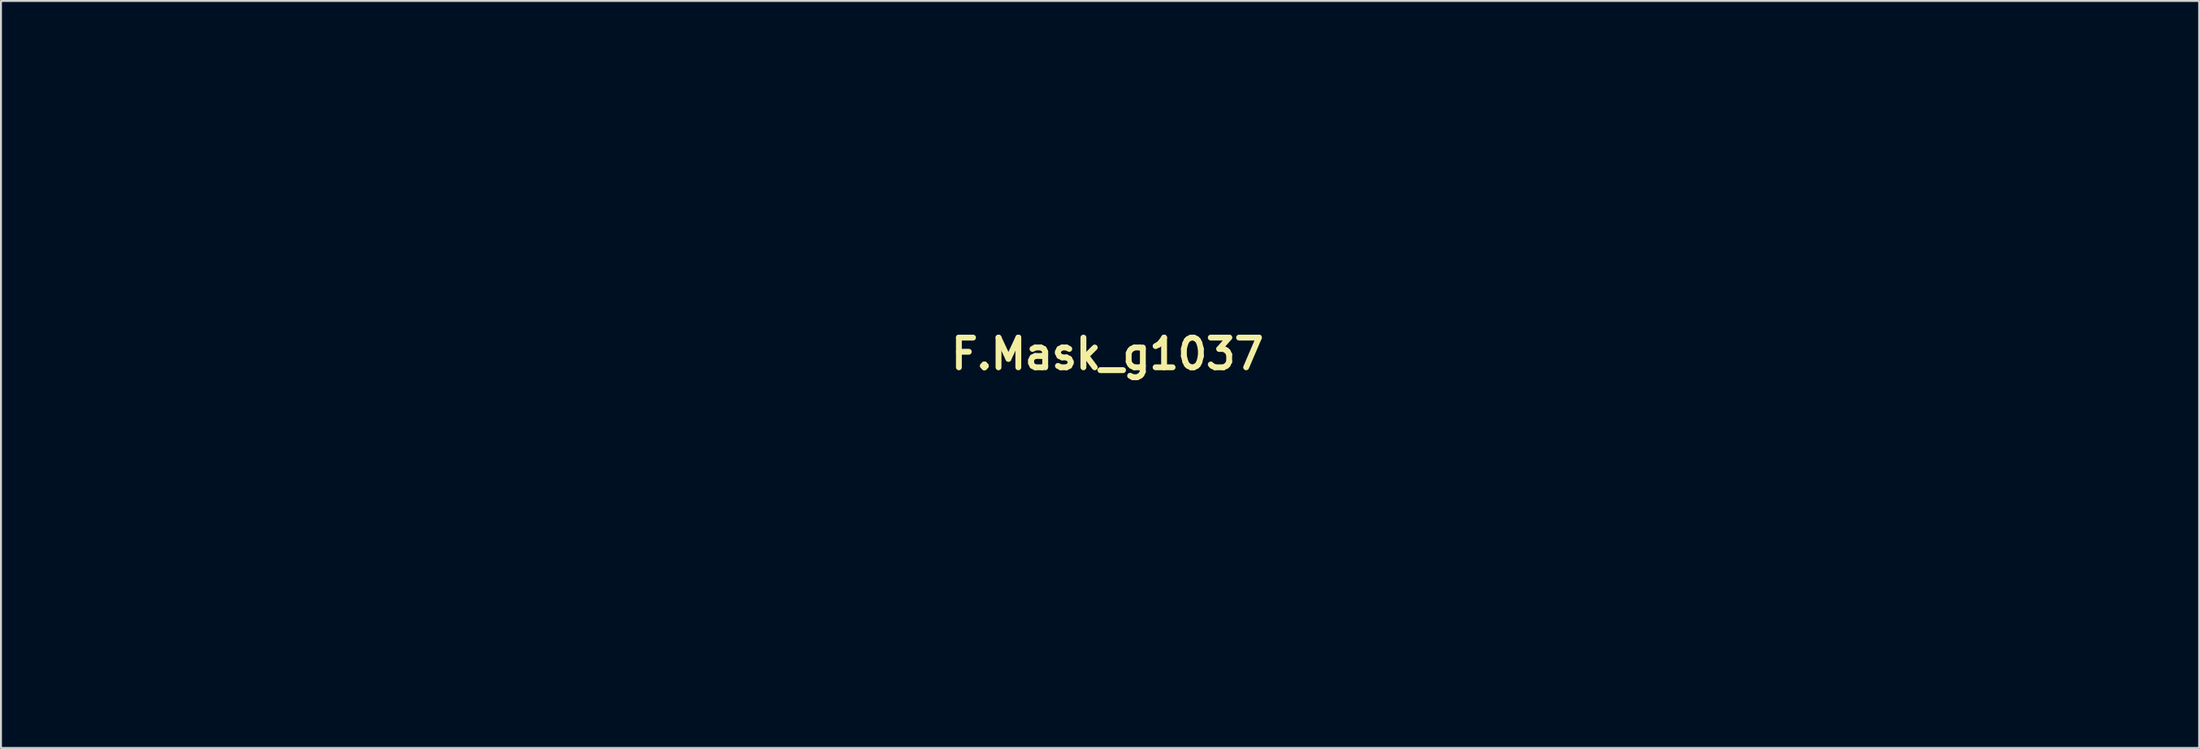
<source format=kicad_pcb>
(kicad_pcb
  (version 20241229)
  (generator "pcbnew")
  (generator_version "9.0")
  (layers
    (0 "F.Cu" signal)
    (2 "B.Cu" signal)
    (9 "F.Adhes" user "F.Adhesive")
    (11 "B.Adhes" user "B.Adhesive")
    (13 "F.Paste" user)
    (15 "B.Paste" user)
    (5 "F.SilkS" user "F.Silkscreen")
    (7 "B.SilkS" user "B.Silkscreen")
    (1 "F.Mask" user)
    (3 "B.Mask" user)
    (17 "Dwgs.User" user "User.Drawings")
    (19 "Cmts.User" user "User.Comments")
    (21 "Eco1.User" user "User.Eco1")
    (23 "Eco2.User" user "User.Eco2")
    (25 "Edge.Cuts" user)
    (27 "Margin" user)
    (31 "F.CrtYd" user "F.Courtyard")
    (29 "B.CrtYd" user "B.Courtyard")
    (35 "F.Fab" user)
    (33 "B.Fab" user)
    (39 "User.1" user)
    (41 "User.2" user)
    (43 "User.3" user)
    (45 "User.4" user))
  (footprint "F.Mask_g1037"
    (layer "F.Cu")
    (at 53.747 15.099)
    (property "Reference" "F.Mask_g1037" (at 0 0 0) (layer "F.SilkS") (effects (font (size 1.524 1.524) (thickness 0.3))))
    (attr through_hole)
    (fp_poly (pts (xy -1.521 2.818) (xy -1.476 2.831) (xy -1.442 2.863) (xy -1.406 2.922) (xy -1.389 2.953) (xy -1.347 3.068) (xy -1.332 3.192) (xy -1.347 3.309) (xy -1.356 3.338) (xy -1.406 3.423) (xy -1.488 3.506) (xy -1.591 3.582) (xy -1.706 3.645) (xy -1.824 3.691) (xy -1.937 3.715) (xy -2.034 3.712) (xy -2.054 3.706) (xy -2.131 3.675) (xy -2.185 3.634) (xy -2.232 3.57) (xy -2.254 3.531) (xy -2.288 3.455) (xy -2.309 3.378) (xy -2.321 3.282) (xy -2.323 3.244) (xy -2.326 3.133) (xy -2.319 3.063) (xy -2.309 3.039) (xy -2.265 3.006) (xy -2.188 2.969) (xy -2.088 2.93) (xy -1.974 2.893) (xy -1.856 2.86) (xy -1.742 2.835) (xy -1.642 2.819) (xy -1.587 2.816) (xy -1.521 2.818)) (stroke (width 0.01) (type solid)) (fill yes) (layer "F.Mask"))
    (fp_poly (pts (xy 1.822 -0.703) (xy 1.889 -0.686) (xy 1.972 -0.665) (xy 2.05 -0.648) (xy 2.095 -0.64) (xy 2.173 -0.611) (xy 2.238 -0.555) (xy 2.278 -0.483) (xy 2.286 -0.435) (xy 2.278 -0.371) (xy 2.255 -0.286) (xy 2.222 -0.187) (xy 2.18 -0.081) (xy 2.135 0.023) (xy 2.089 0.119) (xy 2.045 0.197) (xy 2.006 0.252) (xy 1.977 0.275) (xy 1.975 0.275) (xy 1.934 0.292) (xy 1.91 0.318) (xy 1.867 0.35) (xy 1.804 0.359) (xy 1.735 0.345) (xy 1.691 0.321) (xy 1.635 0.287) (xy 1.587 0.269) (xy 1.541 0.247) (xy 1.482 0.206) (xy 1.453 0.181) (xy 1.406 0.135) (xy 1.383 0.098) (xy 1.378 0.051) (xy 1.382 -0.005) (xy 1.396 -0.1) (xy 1.424 -0.214) (xy 1.46 -0.336) (xy 1.5 -0.453) (xy 1.542 -0.552) (xy 1.581 -0.621) (xy 1.627 -0.677) (xy 1.676 -0.707) (xy 1.737 -0.716) (xy 1.822 -0.703)) (stroke (width 0.01) (type solid)) (fill yes) (layer "F.Mask"))
    (fp_poly (pts (xy -1.853 0.788) (xy -1.707 0.818) (xy -1.549 0.869) (xy -1.456 0.908) (xy -1.354 0.967) (xy -1.267 1.04) (xy -1.202 1.119) (xy -1.168 1.197) (xy -1.164 1.228) (xy -1.173 1.283) (xy -1.196 1.354) (xy -1.228 1.426) (xy -1.261 1.488) (xy -1.292 1.526) (xy -1.3 1.531) (xy -1.329 1.558) (xy -1.333 1.575) (xy -1.349 1.608) (xy -1.386 1.647) (xy -1.389 1.649) (xy -1.436 1.678) (xy -1.487 1.692) (xy -1.55 1.689) (xy -1.629 1.669) (xy -1.73 1.63) (xy -1.859 1.571) (xy -1.937 1.533) (xy -2.081 1.46) (xy -2.189 1.399) (xy -2.265 1.348) (xy -2.31 1.304) (xy -2.328 1.262) (xy -2.323 1.219) (xy -2.297 1.173) (xy -2.286 1.158) (xy -2.256 1.112) (xy -2.244 1.077) (xy -2.244 1.076) (xy -2.232 1.028) (xy -2.202 0.964) (xy -2.162 0.896) (xy -2.12 0.839) (xy -2.084 0.805) (xy -2.079 0.802) (xy -1.979 0.783) (xy -1.853 0.788)) (stroke (width 0.01) (type solid)) (fill yes) (layer "F.Mask"))
    (fp_poly (pts (xy 1.755 4.323) (xy 1.798 4.342) (xy 1.846 4.384) (xy 1.875 4.414) (xy 1.936 4.49) (xy 1.995 4.579) (xy 2.024 4.631) (xy 2.051 4.691) (xy 2.069 4.748) (xy 2.081 4.812) (xy 2.088 4.897) (xy 2.091 4.986) (xy 2.099 5.221) (xy 1.937 5.303) (xy 1.83 5.349) (xy 1.724 5.381) (xy 1.626 5.397) (xy 1.546 5.397) (xy 1.493 5.379) (xy 1.487 5.374) (xy 1.464 5.336) (xy 1.46 5.319) (xy 1.453 5.291) (xy 1.431 5.231) (xy 1.399 5.147) (xy 1.358 5.046) (xy 1.332 4.982) (xy 1.283 4.866) (xy 1.25 4.782) (xy 1.229 4.721) (xy 1.222 4.676) (xy 1.226 4.638) (xy 1.241 4.6) (xy 1.265 4.553) (xy 1.28 4.526) (xy 1.314 4.494) (xy 1.339 4.487) (xy 1.37 4.47) (xy 1.376 4.45) (xy 1.395 4.421) (xy 1.445 4.39) (xy 1.514 4.359) (xy 1.593 4.335) (xy 1.669 4.32) (xy 1.703 4.318) (xy 1.755 4.323)) (stroke (width 0.01) (type solid)) (fill yes) (layer "F.Mask"))
    (fp_poly (pts (xy 3.46 0.892) (xy 3.495 0.905) (xy 3.509 0.911) (xy 3.587 0.957) (xy 3.648 1.018) (xy 3.699 1.105) (xy 3.735 1.192) (xy 3.774 1.323) (xy 3.787 1.437) (xy 3.772 1.527) (xy 3.771 1.529) (xy 3.746 1.553) (xy 3.69 1.589) (xy 3.611 1.634) (xy 3.517 1.683) (xy 3.415 1.733) (xy 3.313 1.779) (xy 3.221 1.819) (xy 3.144 1.848) (xy 3.092 1.862) (xy 3.083 1.863) (xy 3.017 1.851) (xy 2.953 1.823) (xy 2.856 1.745) (xy 2.799 1.653) (xy 2.785 1.603) (xy 2.767 1.547) (xy 2.742 1.524) (xy 2.74 1.524) (xy 2.718 1.506) (xy 2.708 1.461) (xy 2.708 1.401) (xy 2.72 1.341) (xy 2.741 1.293) (xy 2.752 1.281) (xy 2.783 1.243) (xy 2.794 1.217) (xy 2.809 1.192) (xy 2.85 1.15) (xy 2.907 1.101) (xy 2.911 1.099) (xy 2.999 1.037) (xy 3.101 0.987) (xy 3.229 0.94) (xy 3.321 0.911) (xy 3.384 0.894) (xy 3.426 0.888) (xy 3.46 0.892)) (stroke (width 0.01) (type solid)) (fill yes) (layer "F.Mask"))
    (fp_poly (pts (xy -0.216 4.269) (xy -0.201 4.276) (xy -0.139 4.302) (xy -0.084 4.317) (xy -0.072 4.318) (xy -0.039 4.329) (xy -0.009 4.367) (xy 0.019 4.424) (xy 0.049 4.494) (xy 0.067 4.551) (xy 0.074 4.603) (xy 0.067 4.658) (xy 0.045 4.725) (xy 0.007 4.81) (xy -0.048 4.924) (xy -0.062 4.954) (xy -0.127 5.082) (xy -0.183 5.183) (xy -0.227 5.251) (xy -0.258 5.285) (xy -0.26 5.286) (xy -0.313 5.304) (xy -0.382 5.312) (xy -0.456 5.312) (xy -0.519 5.304) (xy -0.558 5.287) (xy -0.565 5.279) (xy -0.591 5.25) (xy -0.641 5.217) (xy -0.665 5.205) (xy -0.765 5.155) (xy -0.832 5.109) (xy -0.874 5.06) (xy -0.898 5.003) (xy -0.899 4.998) (xy -0.897 4.947) (xy -0.872 4.919) (xy -0.846 4.885) (xy -0.814 4.817) (xy -0.778 4.724) (xy -0.764 4.68) (xy -0.722 4.559) (xy -0.683 4.469) (xy -0.639 4.401) (xy -0.586 4.344) (xy -0.523 4.295) (xy -0.425 4.245) (xy -0.324 4.236) (xy -0.216 4.269)) (stroke (width 0.01) (type solid)) (fill yes) (layer "F.Mask"))
    (fp_poly (pts (xy 8.35 4.856) (xy 8.468 4.881) (xy 8.554 4.904) (xy 8.641 4.923) (xy 8.678 4.929) (xy 8.749 4.947) (xy 8.789 4.978) (xy 8.796 4.99) (xy 8.83 5.045) (xy 8.855 5.077) (xy 8.868 5.095) (xy 8.877 5.122) (xy 8.883 5.164) (xy 8.886 5.227) (xy 8.887 5.316) (xy 8.886 5.439) (xy 8.885 5.526) (xy 8.879 5.936) (xy 8.752 6.015) (xy 8.625 6.093) (xy 8.382 6.092) (xy 8.181 6.084) (xy 8.019 6.06) (xy 7.99 6.053) (xy 7.905 6.033) (xy 7.826 6.019) (xy 7.772 6.013) (xy 7.693 6) (xy 7.616 5.961) (xy 7.532 5.892) (xy 7.497 5.858) (xy 7.444 5.799) (xy 7.414 5.746) (xy 7.395 5.681) (xy 7.387 5.628) (xy 7.379 5.508) (xy 7.384 5.385) (xy 7.403 5.272) (xy 7.433 5.184) (xy 7.441 5.168) (xy 7.51 5.092) (xy 7.61 5.042) (xy 7.673 5.026) (xy 7.745 5.006) (xy 7.826 4.976) (xy 7.853 4.963) (xy 8.029 4.89) (xy 8.193 4.855) (xy 8.35 4.856)) (stroke (width 0.01) (type solid)) (fill yes) (layer "F.Mask"))
    (fp_poly (pts (xy -0.169 -0.706) (xy -0.123 -0.677) (xy -0.112 -0.655) (xy -0.083 -0.62) (xy -0.054 -0.614) (xy -0.011 -0.6) (xy 0.037 -0.565) (xy 0.074 -0.524) (xy 0.085 -0.496) (xy 0.092 -0.469) (xy 0.113 -0.413) (xy 0.143 -0.335) (xy 0.169 -0.27) (xy 0.214 -0.157) (xy 0.24 -0.074) (xy 0.25 -0.014) (xy 0.244 0.033) (xy 0.224 0.074) (xy 0.212 0.09) (xy 0.182 0.133) (xy 0.169 0.162) (xy 0.169 0.162) (xy 0.166 0.174) (xy 0.15 0.188) (xy 0.117 0.208) (xy 0.058 0.238) (xy -0.032 0.282) (xy -0.034 0.283) (xy -0.159 0.329) (xy -0.286 0.354) (xy -0.287 0.354) (xy -0.416 0.365) (xy -0.483 0.274) (xy -0.521 0.218) (xy -0.545 0.173) (xy -0.55 0.157) (xy -0.558 0.128) (xy -0.578 0.069) (xy -0.607 -0.013) (xy -0.643 -0.109) (xy -0.647 -0.118) (xy -0.691 -0.239) (xy -0.719 -0.328) (xy -0.731 -0.39) (xy -0.729 -0.427) (xy -0.692 -0.502) (xy -0.614 -0.572) (xy -0.497 -0.637) (xy -0.344 -0.695) (xy -0.316 -0.704) (xy -0.237 -0.716) (xy -0.169 -0.706)) (stroke (width 0.01) (type solid)) (fill yes) (layer "F.Mask"))
    (fp_poly (pts (xy 3.075 2.935) (xy 3.129 2.97) (xy 3.16 2.987) (xy 3.222 3.015) (xy 3.304 3.05) (xy 3.384 3.082) (xy 3.482 3.12) (xy 3.549 3.149) (xy 3.592 3.175) (xy 3.62 3.202) (xy 3.642 3.236) (xy 3.651 3.255) (xy 3.687 3.313) (xy 3.722 3.342) (xy 3.731 3.344) (xy 3.76 3.362) (xy 3.766 3.416) (xy 3.751 3.504) (xy 3.724 3.594) (xy 3.663 3.719) (xy 3.579 3.811) (xy 3.472 3.867) (xy 3.456 3.872) (xy 3.391 3.889) (xy 3.348 3.891) (xy 3.311 3.878) (xy 3.27 3.852) (xy 3.207 3.823) (xy 3.142 3.81) (xy 3.141 3.81) (xy 3.078 3.797) (xy 3.017 3.764) (xy 3.014 3.762) (xy 2.927 3.709) (xy 2.816 3.663) (xy 2.762 3.647) (xy 2.718 3.619) (xy 2.674 3.563) (xy 2.639 3.496) (xy 2.625 3.433) (xy 2.625 3.429) (xy 2.641 3.369) (xy 2.688 3.291) (xy 2.709 3.262) (xy 2.753 3.201) (xy 2.784 3.149) (xy 2.794 3.121) (xy 2.809 3.055) (xy 2.847 2.987) (xy 2.896 2.936) (xy 2.919 2.922) (xy 2.994 2.912) (xy 3.075 2.935)) (stroke (width 0.01) (type solid)) (fill yes) (layer "F.Mask"))
    (fp_poly (pts (xy 0.89 0.452) (xy 0.979 0.464) (xy 1.265 0.54) (xy 1.54 0.656) (xy 1.549 0.66) (xy 1.695 0.741) (xy 1.819 0.823) (xy 1.937 0.917) (xy 2.063 1.035) (xy 2.071 1.042) (xy 2.261 1.257) (xy 2.411 1.486) (xy 2.522 1.727) (xy 2.593 1.979) (xy 2.623 2.24) (xy 2.612 2.509) (xy 2.584 2.678) (xy 2.507 2.947) (xy 2.395 3.197) (xy 2.25 3.424) (xy 2.075 3.626) (xy 1.873 3.799) (xy 1.647 3.942) (xy 1.399 4.051) (xy 1.163 4.117) (xy 1.059 4.132) (xy 0.927 4.142) (xy 0.777 4.146) (xy 0.623 4.146) (xy 0.476 4.139) (xy 0.35 4.128) (xy 0.275 4.116) (xy 0.007 4.039) (xy -0.237 3.928) (xy -0.455 3.786) (xy -0.645 3.612) (xy -0.806 3.409) (xy -0.922 3.207) (xy -1.002 3.019) (xy -1.055 2.836) (xy -1.086 2.638) (xy -1.092 2.572) (xy -1.096 2.449) (xy -1.091 2.303) (xy -1.08 2.147) (xy -1.064 1.996) (xy -1.043 1.864) (xy -1.027 1.79) (xy -0.935 1.524) (xy -0.81 1.28) (xy -0.652 1.061) (xy -0.465 0.87) (xy -0.251 0.709) (xy -0.012 0.581) (xy 0.18 0.508) (xy 0.295 0.481) (xy 0.437 0.461) (xy 0.593 0.449) (xy 0.749 0.446) (xy 0.89 0.452)) (stroke (width 0.01) (type solid)) (fill yes) (layer "F.Mask"))
    (fp_poly (pts (xy -5.856 -6.538) (xy -5.683 -6.535) (xy -5.537 -6.527) (xy -5.416 -6.515) (xy -5.315 -6.496) (xy -5.228 -6.47) (xy -5.152 -6.435) (xy -5.081 -6.391) (xy -5.011 -6.336) (xy -4.938 -6.269) (xy -4.859 -6.19) (xy -4.746 -6.072) (xy -4.663 -5.97) (xy -4.603 -5.875) (xy -4.562 -5.778) (xy -4.533 -5.67) (xy -4.53 -5.652) (xy -4.525 -5.607) (xy -4.521 -5.522) (xy -4.518 -5.401) (xy -4.515 -5.246) (xy -4.512 -5.061) (xy -4.51 -4.848) (xy -4.509 -4.61) (xy -4.509 -4.35) (xy -4.508 -4.296) (xy -4.508 -3.052) (xy -4.661 -2.9) (xy -5.902 -2.902) (xy -6.186 -2.902) (xy -6.429 -2.903) (xy -6.636 -2.905) (xy -6.809 -2.907) (xy -6.951 -2.91) (xy -7.064 -2.914) (xy -7.152 -2.918) (xy -7.217 -2.923) (xy -7.262 -2.929) (xy -7.271 -2.931) (xy -7.46 -2.992) (xy -7.638 -3.088) (xy -7.796 -3.213) (xy -7.927 -3.361) (xy -8.012 -3.501) (xy -8.047 -3.575) (xy -8.076 -3.646) (xy -8.099 -3.719) (xy -8.117 -3.797) (xy -8.13 -3.888) (xy -8.139 -3.995) (xy -8.144 -4.125) (xy -8.147 -4.281) (xy -8.147 -4.469) (xy -8.145 -4.689) (xy -8.139 -5.409) (xy -8.069 -5.551) (xy -7.978 -5.694) (xy -7.865 -5.803) (xy -7.732 -5.875) (xy -7.728 -5.877) (xy -7.629 -5.923) (xy -7.564 -5.977) (xy -7.536 -6.034) (xy -7.535 -6.044) (xy -7.523 -6.088) (xy -7.489 -6.153) (xy -7.442 -6.23) (xy -7.388 -6.306) (xy -7.333 -6.372) (xy -7.309 -6.397) (xy -7.273 -6.429) (xy -7.237 -6.456) (xy -7.197 -6.478) (xy -7.148 -6.494) (xy -7.085 -6.507) (xy -7.005 -6.517) (xy -6.902 -6.524) (xy -6.772 -6.529) (xy -6.611 -6.532) (xy -6.414 -6.535) (xy -6.308 -6.536) (xy -6.063 -6.538) (xy -5.856 -6.538)) (stroke (width 0.01) (type solid)) (fill yes) (layer "F.Mask"))
    (fp_poly (pts (xy 0.746 -6.537) (xy 0.777 -6.537) (xy 1.513 -6.53) (xy 1.656 -6.449) (xy 1.773 -6.373) (xy 1.853 -6.299) (xy 1.9 -6.221) (xy 1.915 -6.164) (xy 1.931 -6.076) (xy 1.952 -6.017) (xy 1.987 -5.976) (xy 2.044 -5.939) (xy 2.096 -5.914) (xy 2.27 -5.808) (xy 2.415 -5.672) (xy 2.53 -5.509) (xy 2.546 -5.479) (xy 2.625 -5.323) (xy 2.625 -4.601) (xy 2.625 -4.404) (xy 2.624 -4.246) (xy 2.623 -4.119) (xy 2.62 -4.019) (xy 2.617 -3.941) (xy 2.612 -3.88) (xy 2.605 -3.831) (xy 2.596 -3.788) (xy 2.584 -3.747) (xy 2.58 -3.733) (xy 2.499 -3.537) (xy 2.383 -3.359) (xy 2.238 -3.203) (xy 2.069 -3.075) (xy 1.882 -2.98) (xy 1.731 -2.932) (xy 1.695 -2.925) (xy 1.649 -2.919) (xy 1.589 -2.914) (xy 1.512 -2.91) (xy 1.414 -2.907) (xy 1.292 -2.905) (xy 1.143 -2.903) (xy 0.963 -2.902) (xy 0.749 -2.902) (xy 0.498 -2.901) (xy 0.37 -2.901) (xy 0.119 -2.902) (xy -0.112 -2.903) (xy -0.319 -2.905) (xy -0.499 -2.907) (xy -0.65 -2.91) (xy -0.768 -2.913) (xy -0.85 -2.917) (xy -0.894 -2.921) (xy -0.9 -2.923) (xy -0.986 -2.968) (xy -1.041 -3.011) (xy -1.071 -3.058) (xy -1.083 -3.103) (xy -1.087 -3.146) (xy -1.09 -3.226) (xy -1.093 -3.339) (xy -1.095 -3.479) (xy -1.097 -3.642) (xy -1.098 -3.823) (xy -1.099 -4.016) (xy -1.099 -4.217) (xy -1.099 -4.42) (xy -1.098 -4.622) (xy -1.097 -4.816) (xy -1.095 -4.998) (xy -1.093 -5.163) (xy -1.09 -5.307) (xy -1.087 -5.423) (xy -1.084 -5.507) (xy -1.08 -5.555) (xy -1.08 -5.556) (xy -1.035 -5.718) (xy -0.955 -5.884) (xy -0.847 -6.044) (xy -0.716 -6.191) (xy -0.57 -6.318) (xy -0.413 -6.416) (xy -0.409 -6.418) (xy -0.343 -6.449) (xy -0.279 -6.475) (xy -0.212 -6.495) (xy -0.138 -6.511) (xy -0.05 -6.523) (xy 0.055 -6.531) (xy 0.182 -6.536) (xy 0.336 -6.539) (xy 0.523 -6.539) (xy 0.746 -6.537)) (stroke (width 0.01) (type solid)) (fill yes) (layer "F.Mask"))
    (fp_poly (pts (xy -6.208 0.533) (xy -5.935 0.534) (xy -5.876 0.534) (xy -5.611 0.535) (xy -5.385 0.536) (xy -5.195 0.538) (xy -5.038 0.539) (xy -4.91 0.541) (xy -4.808 0.543) (xy -4.729 0.546) (xy -4.67 0.55) (xy -4.626 0.554) (xy -4.596 0.559) (xy -4.576 0.566) (xy -4.562 0.573) (xy -4.553 0.58) (xy -4.544 0.589) (xy -4.536 0.6) (xy -4.529 0.617) (xy -4.524 0.642) (xy -4.519 0.679) (xy -4.516 0.732) (xy -4.513 0.803) (xy -4.511 0.896) (xy -4.51 1.014) (xy -4.509 1.16) (xy -4.509 1.338) (xy -4.509 1.551) (xy -4.509 1.802) (xy -4.509 1.871) (xy -4.509 2.151) (xy -4.51 2.392) (xy -4.511 2.597) (xy -4.513 2.772) (xy -4.516 2.918) (xy -4.521 3.039) (xy -4.527 3.14) (xy -4.536 3.223) (xy -4.546 3.292) (xy -4.559 3.352) (xy -4.575 3.404) (xy -4.594 3.454) (xy -4.616 3.504) (xy -4.633 3.54) (xy -4.743 3.723) (xy -4.882 3.88) (xy -5.045 4.006) (xy -5.191 4.082) (xy -5.323 4.138) (xy -6.212 4.143) (xy -6.431 4.145) (xy -6.611 4.145) (xy -6.757 4.145) (xy -6.873 4.144) (xy -6.964 4.143) (xy -7.033 4.14) (xy -7.085 4.135) (xy -7.123 4.13) (xy -7.153 4.122) (xy -7.177 4.114) (xy -7.19 4.108) (xy -7.262 4.06) (xy -7.342 3.981) (xy -7.423 3.882) (xy -7.496 3.77) (xy -7.526 3.715) (xy -7.569 3.634) (xy -7.605 3.58) (xy -7.646 3.543) (xy -7.7 3.511) (xy -7.748 3.489) (xy -7.89 3.408) (xy -7.998 3.306) (xy -8.08 3.179) (xy -8.08 3.179) (xy -8.139 3.059) (xy -8.145 2.248) (xy -8.146 2.033) (xy -8.147 1.856) (xy -8.146 1.712) (xy -8.145 1.598) (xy -8.142 1.507) (xy -8.137 1.436) (xy -8.132 1.38) (xy -8.124 1.335) (xy -8.118 1.306) (xy -8.05 1.126) (xy -7.945 0.963) (xy -7.805 0.819) (xy -7.631 0.698) (xy -7.583 0.671) (xy -7.529 0.643) (xy -7.479 0.619) (xy -7.43 0.598) (xy -7.379 0.581) (xy -7.321 0.567) (xy -7.253 0.556) (xy -7.172 0.547) (xy -7.074 0.541) (xy -6.956 0.536) (xy -6.814 0.534) (xy -6.644 0.532) (xy -6.443 0.532) (xy -6.208 0.533)) (stroke (width 0.01) (type solid)) (fill yes) (layer "F.Mask"))
    (fp_poly (pts (xy 3.554 -8.681) (xy 3.674 -8.645) (xy 3.81 -8.594) (xy 3.94 -8.537) (xy 3.966 -8.524) (xy 4.064 -8.473) (xy 4.143 -8.425) (xy 4.215 -8.371) (xy 4.292 -8.303) (xy 4.383 -8.214) (xy 4.537 -8.044) (xy 4.656 -7.873) (xy 4.746 -7.693) (xy 4.794 -7.556) (xy 4.824 -7.467) (xy 4.86 -7.372) (xy 4.876 -7.334) (xy 4.921 -7.228) (xy 4.921 5.175) (xy 4.873 5.34) (xy 4.78 5.59) (xy 4.653 5.82) (xy 4.496 6.029) (xy 4.312 6.212) (xy 4.105 6.366) (xy 3.879 6.487) (xy 3.637 6.572) (xy 3.552 6.592) (xy 3.532 6.595) (xy 3.508 6.598) (xy 3.476 6.601) (xy 3.435 6.604) (xy 3.384 6.606) (xy 3.322 6.608) (xy 3.247 6.61) (xy 3.158 6.612) (xy 3.052 6.614) (xy 2.93 6.616) (xy 2.788 6.617) (xy 2.627 6.618) (xy 2.444 6.619) (xy 2.237 6.62) (xy 2.006 6.621) (xy 1.75 6.622) (xy 1.465 6.622) (xy 1.152 6.623) (xy 0.809 6.623) (xy 0.433 6.623) (xy 0.025 6.623) (xy -0.419 6.623) (xy -0.898 6.623) (xy -1.415 6.623) (xy -1.971 6.623) (xy -2.568 6.623) (xy -2.735 6.623) (xy -3.242 6.623) (xy -3.739 6.622) (xy -4.224 6.622) (xy -4.695 6.621) (xy -5.15 6.62) (xy -5.588 6.62) (xy -6.007 6.619) (xy -6.406 6.618) (xy -6.781 6.617) (xy -7.133 6.616) (xy -7.459 6.614) (xy -7.758 6.613) (xy -8.027 6.612) (xy -8.266 6.611) (xy -8.472 6.609) (xy -8.643 6.608) (xy -8.779 6.606) (xy -8.877 6.605) (xy -8.935 6.603) (xy -8.952 6.602) (xy -9.202 6.532) (xy -9.437 6.424) (xy -9.653 6.282) (xy -9.847 6.108) (xy -10.016 5.905) (xy -10.157 5.676) (xy -10.267 5.424) (xy -10.29 5.354) (xy -10.34 5.196) (xy -10.34 1.753) (xy -9.543 1.753) (xy -9.542 2.003) (xy -9.54 2.28) (xy -9.54 2.325) (xy -9.538 2.585) (xy -9.535 2.806) (xy -9.532 2.993) (xy -9.529 3.15) (xy -9.524 3.28) (xy -9.518 3.388) (xy -9.511 3.478) (xy -9.501 3.553) (xy -9.489 3.618) (xy -9.474 3.676) (xy -9.456 3.732) (xy -9.435 3.79) (xy -9.419 3.833) (xy -9.351 3.954) (xy -9.249 4.073) (xy -9.117 4.183) (xy -8.963 4.279) (xy -8.795 4.355) (xy -8.74 4.375) (xy -8.652 4.406) (xy -8.573 4.438) (xy -8.517 4.466) (xy -8.506 4.473) (xy -8.439 4.545) (xy -8.39 4.646) (xy -8.372 4.722) (xy -8.357 4.775) (xy -8.329 4.853) (xy -8.291 4.94) (xy -8.276 4.973) (xy -8.163 5.16) (xy -8.02 5.317) (xy -7.848 5.444) (xy -7.647 5.541) (xy -7.487 5.59) (xy -7.451 5.599) (xy -7.412 5.605) (xy -7.367 5.611) (xy -7.312 5.616) (xy -7.242 5.619) (xy -7.155 5.622) (xy -7.047 5.624) (xy -6.914 5.625) (xy -6.751 5.625) (xy -6.557 5.625) (xy -6.326 5.624) (xy -6.16 5.623) (xy -4.985 5.618) (xy -4.782 5.563) (xy -4.496 5.47) (xy -4.241 5.355) (xy -4.008 5.214) (xy -3.79 5.041) (xy -3.723 4.98) (xy -3.534 4.777) (xy -3.376 4.56) (xy -3.247 4.322) (xy -3.142 4.057) (xy -3.094 3.896) (xy -3.038 3.694) (xy -3.032 1.463) (xy -3.025 -0.768) (xy -3.072 -0.818) (xy -3.119 -0.868) (xy -2.477 -0.868) (xy -2.476 1.36) (xy -2.476 1.733) (xy -2.476 2.065) (xy -2.476 2.361) (xy -2.475 2.623) (xy -2.474 2.852) (xy -2.472 3.052) (xy -2.47 3.225) (xy -2.466 3.375) (xy -2.462 3.503) (xy -2.457 3.612) (xy -2.451 3.705) (xy -2.444 3.784) (xy -2.435 3.852) (xy -2.425 3.912) (xy -2.413 3.966) (xy -2.399 4.017) (xy -2.384 4.067) (xy -2.367 4.119) (xy -2.359 4.143) (xy -2.27 4.371) (xy -2.162 4.573) (xy -2.029 4.759) (xy -1.863 4.94) (xy -1.822 4.98) (xy -1.612 5.163) (xy -1.404 5.31) (xy -1.191 5.426) (xy -0.966 5.514) (xy -0.921 5.528) (xy -0.85 5.549) (xy -0.783 5.566) (xy -0.717 5.581) (xy -0.648 5.593) (xy -0.571 5.603) (xy -0.483 5.611) (xy -0.379 5.617) (xy -0.254 5.621) (xy -0.106 5.624) (xy 0.07 5.626) (xy 0.279 5.627) (xy 0.524 5.628) (xy 0.646 5.628) (xy 0.902 5.629) (xy 1.118 5.628) (xy 1.3 5.628) (xy 1.45 5.626) (xy 1.572 5.624) (xy 1.669 5.621) (xy 1.746 5.618) (xy 1.806 5.613) (xy 1.852 5.607) (xy 1.888 5.6) (xy 1.895 5.598) (xy 2.102 5.526) (xy 2.283 5.422) (xy 2.434 5.294) (xy 2.555 5.149) (xy 2.663 4.979) (xy 2.748 4.798) (xy 2.781 4.701) (xy 2.818 4.596) (xy 2.857 4.525) (xy 2.895 4.49) (xy 2.908 4.487) (xy 2.945 4.472) (xy 2.962 4.457) (xy 2.994 4.435) (xy 3.054 4.408) (xy 3.129 4.38) (xy 3.129 4.38) (xy 3.341 4.293) (xy 3.53 4.178) (xy 3.694 4.038) (xy 3.829 3.878) (xy 3.929 3.702) (xy 3.993 3.514) (xy 4 3.482) (xy 4.006 3.434) (xy 4.01 3.356) (xy 4.014 3.245) (xy 4.017 3.099) (xy 4.018 2.919) (xy 4.019 2.701) (xy 4.019 2.444) (xy 4.018 2.146) (xy 4.017 2.106) (xy 4.01 0.857) (xy 3.955 0.709) (xy 3.827 0.408) (xy 3.679 0.143) (xy 3.507 -0.089) (xy 3.311 -0.288) (xy 3.089 -0.457) (xy 2.839 -0.596) (xy 2.559 -0.707) (xy 2.247 -0.791) (xy 2 -0.836) (xy 1.959 -0.841) (xy 1.91 -0.846) (xy 1.849 -0.85) (xy 1.775 -0.854) (xy 1.684 -0.857) (xy 1.575 -0.859) (xy 1.445 -0.862) (xy 1.29 -0.863) (xy 1.109 -0.865) (xy 0.899 -0.866) (xy 0.658 -0.867) (xy 0.382 -0.867) (xy 0.07 -0.868) (xy -0.282 -0.868) (xy -0.344 -0.868) (xy -2.477 -0.868) (xy -3.119 -0.868) (xy -5.139 -0.868) (xy -5.491 -0.868) (xy -5.803 -0.868) (xy -6.078 -0.867) (xy -6.321 -0.867) (xy -6.533 -0.865) (xy -6.718 -0.863) (xy -6.879 -0.86) (xy -7.018 -0.856) (xy -7.139 -0.851) (xy -7.246 -0.845) (xy -7.34 -0.837) (xy -7.425 -0.827) (xy -7.503 -0.815) (xy -7.579 -0.802) (xy -7.655 -0.786) (xy -7.733 -0.768) (xy -7.818 -0.747) (xy -7.911 -0.724) (xy -7.925 -0.721) (xy -8.18 -0.649) (xy -8.401 -0.567) (xy -8.595 -0.471) (xy -8.769 -0.358) (xy -8.93 -0.222) (xy -9.009 -0.145) (xy -9.188 0.067) (xy -9.329 0.293) (xy -9.432 0.537) (xy -9.501 0.802) (xy -9.527 0.989) (xy -9.533 1.068) (xy -9.537 1.186) (xy -9.54 1.342) (xy -9.542 1.531) (xy -9.543 1.753) (xy -10.34 1.753) (xy -10.34 -4.54) (xy -9.536 -4.54) (xy -9.536 -4.262) (xy -9.535 -4.022) (xy -9.534 -3.818) (xy -9.532 -3.645) (xy -9.53 -3.5) (xy -9.525 -3.38) (xy -9.519 -3.281) (xy -9.511 -3.199) (xy -9.501 -3.13) (xy -9.488 -3.072) (xy -9.473 -3.02) (xy -9.454 -2.972) (xy -9.433 -2.922) (xy -9.407 -2.869) (xy -9.407 -2.868) (xy -9.334 -2.734) (xy -9.239 -2.584) (xy -9.131 -2.43) (xy -9.019 -2.285) (xy -8.912 -2.16) (xy -8.881 -2.129) (xy -8.666 -1.941) (xy -8.425 -1.785) (xy -8.16 -1.663) (xy -7.876 -1.575) (xy -7.599 -1.527) (xy -7.552 -1.524) (xy -7.468 -1.521) (xy -7.35 -1.518) (xy -7.202 -1.516) (xy -7.027 -1.514) (xy -6.828 -1.512) (xy -6.609 -1.51) (xy -6.374 -1.509) (xy -6.125 -1.508) (xy -5.865 -1.507) (xy -5.6 -1.506) (xy -5.33 -1.506) (xy -5.061 -1.506) (xy -4.796 -1.506) (xy -4.537 -1.506) (xy -4.289 -1.507) (xy -4.054 -1.508) (xy -3.836 -1.509) (xy -3.639 -1.511) (xy -3.465 -1.512) (xy -3.319 -1.514) (xy -3.203 -1.517) (xy -3.121 -1.519) (xy -3.076 -1.522) (xy -3.069 -1.524) (xy -3.064 -1.531) (xy -3.06 -1.546) (xy -3.056 -1.573) (xy -3.052 -1.613) (xy -3.049 -1.668) (xy -3.047 -1.741) (xy -3.044 -1.835) (xy -3.043 -1.951) (xy -3.041 -2.091) (xy -3.04 -2.259) (xy -3.039 -2.455) (xy -3.038 -2.684) (xy -3.038 -2.946) (xy -3.038 -3.244) (xy -3.037 -3.581) (xy -3.037 -3.846) (xy -3.037 -4.034) (xy -2.477 -4.034) (xy -2.477 -1.503) (xy -0.412 -1.503) (xy -0.039 -1.503) (xy 0.305 -1.504) (xy 0.619 -1.505) (xy 0.902 -1.507) (xy 1.153 -1.509) (xy 1.368 -1.511) (xy 1.548 -1.514) (xy 1.69 -1.517) (xy 1.793 -1.521) (xy 1.855 -1.525) (xy 1.858 -1.525) (xy 2.041 -1.549) (xy 2.225 -1.579) (xy 2.403 -1.616) (xy 2.567 -1.656) (xy 2.708 -1.697) (xy 2.818 -1.738) (xy 2.845 -1.751) (xy 3.111 -1.904) (xy 3.348 -2.08) (xy 3.553 -2.278) (xy 3.724 -2.493) (xy 3.857 -2.722) (xy 3.862 -2.732) (xy 3.89 -2.793) (xy 3.915 -2.847) (xy 3.936 -2.898) (xy 3.954 -2.948) (xy 3.969 -3.003) (xy 3.981 -3.065) (xy 3.99 -3.138) (xy 3.998 -3.225) (xy 4.003 -3.33) (xy 4.007 -3.457) (xy 4.01 -3.609) (xy 4.012 -3.79) (xy 4.014 -4.003) (xy 4.015 -4.251) (xy 4.017 -4.486) (xy 4.018 -4.758) (xy 4.019 -4.991) (xy 4.02 -5.189) (xy 4.02 -5.355) (xy 4.019 -5.491) (xy 4.018 -5.603) (xy 4.016 -5.693) (xy 4.013 -5.764) (xy 4.009 -5.82) (xy 4.004 -5.864) (xy 3.999 -5.9) (xy 3.992 -5.931) (xy 3.983 -5.96) (xy 3.981 -5.968) (xy 3.911 -6.141) (xy 3.81 -6.305) (xy 3.686 -6.453) (xy 3.543 -6.581) (xy 3.389 -6.681) (xy 3.23 -6.75) (xy 3.119 -6.775) (xy 2.986 -6.809) (xy 2.888 -6.865) (xy 2.824 -6.945) (xy 2.795 -7.046) (xy 2.794 -7.077) (xy 2.781 -7.148) (xy 2.746 -7.241) (xy 2.693 -7.347) (xy 2.629 -7.456) (xy 2.558 -7.557) (xy 2.501 -7.624) (xy 2.336 -7.776) (xy 2.154 -7.893) (xy 1.991 -7.963) (xy 1.959 -7.974) (xy 1.927 -7.983) (xy 1.891 -7.99) (xy 1.847 -7.996) (xy 1.792 -8.001) (xy 1.722 -8.005) (xy 1.633 -8.008) (xy 1.52 -8.01) (xy 1.381 -8.012) (xy 1.211 -8.014) (xy 1.006 -8.016) (xy 0.763 -8.017) (xy 0.762 -8.017) (xy 0.494 -8.019) (xy 0.249 -8.019) (xy 0.031 -8.018) (xy -0.158 -8.016) (xy -0.315 -8.013) (xy -0.436 -8.009) (xy -0.518 -8.004) (xy -0.532 -8.003) (xy -0.81 -7.952) (xy -1.092 -7.858) (xy -1.376 -7.723) (xy -1.66 -7.549) (xy -1.767 -7.472) (xy -1.85 -7.398) (xy -1.927 -7.313) (xy -1.983 -7.239) (xy -2.059 -7.128) (xy -2.141 -6.993) (xy -2.221 -6.846) (xy -2.293 -6.701) (xy -2.352 -6.569) (xy -2.381 -6.489) (xy -2.396 -6.443) (xy -2.409 -6.401) (xy -2.421 -6.359) (xy -2.431 -6.316) (xy -2.44 -6.267) (xy -2.447 -6.211) (xy -2.454 -6.145) (xy -2.459 -6.067) (xy -2.464 -5.973) (xy -2.467 -5.863) (xy -2.47 -5.731) (xy -2.472 -5.578) (xy -2.474 -5.399) (xy -2.475 -5.192) (xy -2.476 -4.954) (xy -2.476 -4.684) (xy -2.476 -4.378) (xy -2.477 -4.034) (xy -3.037 -4.034) (xy -3.037 -6.149) (xy -3.084 -6.324) (xy -3.179 -6.598) (xy -3.311 -6.861) (xy -3.477 -7.107) (xy -3.672 -7.332) (xy -3.893 -7.532) (xy -4.135 -7.703) (xy -4.394 -7.84) (xy -4.569 -7.908) (xy -4.682 -7.942) (xy -4.805 -7.973) (xy -4.919 -7.995) (xy -4.952 -8) (xy -5.018 -8.005) (xy -5.121 -8.01) (xy -5.255 -8.014) (xy -5.414 -8.017) (xy -5.593 -8.019) (xy -5.787 -8.021) (xy -5.99 -8.021) (xy -6.196 -8.021) (xy -6.399 -8.021) (xy -6.595 -8.019) (xy -6.777 -8.017) (xy -6.941 -8.014) (xy -7.079 -8.011) (xy -7.188 -8.006) (xy -7.26 -8.001) (xy -7.265 -8.001) (xy -7.471 -7.963) (xy -7.644 -7.902) (xy -7.774 -7.824) (xy -7.85 -7.77) (xy -7.933 -7.717) (xy -7.959 -7.701) (xy -8.03 -7.648) (xy -8.099 -7.58) (xy -8.12 -7.553) (xy -8.173 -7.471) (xy -8.23 -7.369) (xy -8.286 -7.26) (xy -8.335 -7.152) (xy -8.372 -7.059) (xy -8.392 -6.99) (xy -8.392 -6.988) (xy -8.411 -6.92) (xy -8.44 -6.888) (xy -8.448 -6.885) (xy -8.481 -6.864) (xy -8.488 -6.846) (xy -8.494 -6.821) (xy -8.519 -6.802) (xy -8.57 -6.788) (xy -8.655 -6.774) (xy -8.662 -6.773) (xy -8.835 -6.727) (xy -8.999 -6.644) (xy -9.15 -6.528) (xy -9.282 -6.382) (xy -9.392 -6.211) (xy -9.475 -6.019) (xy -9.498 -5.945) (xy -9.506 -5.914) (xy -9.513 -5.878) (xy -9.518 -5.835) (xy -9.523 -5.781) (xy -9.527 -5.713) (xy -9.53 -5.626) (xy -9.532 -5.518) (xy -9.533 -5.385) (xy -9.535 -5.224) (xy -9.535 -5.03) (xy -9.535 -4.801) (xy -9.536 -4.54) (xy -10.34 -4.54) (xy -10.34 -7.334) (xy -10.27 -7.535) (xy -10.161 -7.785) (xy -10.018 -8.014) (xy -9.845 -8.218) (xy -9.644 -8.394) (xy -9.419 -8.54) (xy -9.175 -8.65) (xy -9.038 -8.694) (xy -9.023 -8.697) (xy -9.005 -8.701) (xy -8.983 -8.704) (xy -8.954 -8.707) (xy -8.918 -8.71) (xy -8.874 -8.712) (xy -8.818 -8.715) (xy -8.752 -8.717) (xy -8.672 -8.719) (xy -8.577 -8.72) (xy -8.466 -8.722) (xy -8.337 -8.723) (xy -8.189 -8.725) (xy -8.021 -8.726) (xy -7.831 -8.727) (xy -7.617 -8.728) (xy -7.378 -8.728) (xy -7.113 -8.729) (xy -6.82 -8.73) (xy -6.497 -8.73) (xy -6.144 -8.73) (xy -5.758 -8.731) (xy -5.339 -8.731) (xy -4.884 -8.731) (xy -4.393 -8.731) (xy -3.863 -8.731) (xy -3.294 -8.731) (xy -2.773 -8.731) (xy 3.355 -8.731) (xy 3.554 -8.681)) (stroke (width 0.01) (type solid)) (fill yes) (layer "F.Mask"))
    (fp_poly (pts (xy 20.45 -13.987) (xy 21.331 -12.88) (xy 19.683 -5.493) (xy 19.534 -4.825) (xy 19.384 -4.152) (xy 19.233 -3.477) (xy 19.082 -2.8) (xy 18.931 -2.122) (xy 18.78 -1.445) (xy 18.63 -0.771) (xy 18.48 -0.1) (xy 18.332 0.566) (xy 18.185 1.226) (xy 18.039 1.878) (xy 17.896 2.522) (xy 17.755 3.155) (xy 17.617 3.777) (xy 17.481 4.385) (xy 17.349 4.98) (xy 17.22 5.559) (xy 17.095 6.122) (xy 16.974 6.666) (xy 16.857 7.19) (xy 16.745 7.694) (xy 16.638 8.176) (xy 16.536 8.634) (xy 16.44 9.068) (xy 16.349 9.475) (xy 16.265 9.855) (xy 16.187 10.206) (xy 16.116 10.527) (xy 16.051 10.816) (xy 15.995 11.073) (xy 15.945 11.295) (xy 15.904 11.483) (xy 15.871 11.633) (xy 15.846 11.745) (xy 15.83 11.818) (xy 15.826 11.837) (xy 15.774 12.086) (xy 52.98 12.086) (xy 52.98 17.209) (xy -53.742 17.209) (xy -53.742 12.086) (xy -35.401 12.086) (xy -34.521 12.086) (xy -33.652 12.086) (xy -32.793 12.086) (xy -31.948 12.086) (xy -31.115 12.086) (xy -30.296 12.085) (xy -29.493 12.085) (xy -28.706 12.085) (xy -27.936 12.085) (xy -27.184 12.084) (xy -26.451 12.084) (xy -25.738 12.084) (xy -25.046 12.083) (xy -24.376 12.083) (xy -23.729 12.082) (xy -23.106 12.082) (xy -22.507 12.081) (xy -21.934 12.081) (xy -21.388 12.08) (xy -20.87 12.079) (xy -20.38 12.079) (xy -19.92 12.078) (xy -19.491 12.077) (xy -19.093 12.077) (xy -18.728 12.076) (xy -18.396 12.075) (xy -18.098 12.074) (xy -17.836 12.074) (xy -17.611 12.073) (xy -17.422 12.072) (xy -17.272 12.071) (xy -17.161 12.071) (xy -17.091 12.07) (xy -17.061 12.069) (xy -17.06 12.069) (xy -17.065 12.045) (xy -17.078 11.981) (xy -17.1 11.881) (xy -17.13 11.745) (xy -17.167 11.576) (xy -17.211 11.375) (xy -17.262 11.146) (xy -17.319 10.889) (xy -17.382 10.607) (xy -17.45 10.302) (xy -17.523 9.976) (xy -17.6 9.63) (xy -17.681 9.268) (xy -17.765 8.89) (xy -17.853 8.5) (xy -17.943 8.098) (xy -18.035 7.687) (xy -18.128 7.269) (xy -18.223 6.846) (xy -18.319 6.42) (xy -18.415 5.994) (xy -18.511 5.568) (xy -18.606 5.145) (xy -18.7 4.727) (xy -18.756 4.477) (xy -18.882 3.92) (xy -19.014 3.333) (xy -19.153 2.72) (xy -19.297 2.083) (xy -19.446 1.425) (xy -19.598 0.751) (xy -19.754 0.063) (xy -19.913 -0.635) (xy -20.024 -1.125) (xy -10.943 -1.125) (xy -10.943 -1.052) (xy -10.943 -0.432) (xy -10.943 0.146) (xy -10.943 0.684) (xy -10.943 1.185) (xy -10.942 1.648) (xy -10.942 2.076) (xy -10.942 2.469) (xy -10.941 2.83) (xy -10.941 3.159) (xy -10.94 3.458) (xy -10.939 3.727) (xy -10.938 3.97) (xy -10.937 4.186) (xy -10.936 4.377) (xy -10.935 4.545) (xy -10.933 4.691) (xy -10.931 4.815) (xy -10.93 4.921) (xy -10.928 5.008) (xy -10.926 5.078) (xy -10.923 5.133) (xy -10.921 5.174) (xy -10.918 5.202) (xy -10.916 5.219) (xy -10.914 5.224) (xy -10.895 5.271) (xy -10.872 5.345) (xy -10.847 5.433) (xy -10.84 5.461) (xy -10.758 5.711) (xy -10.637 5.955) (xy -10.481 6.188) (xy -10.296 6.404) (xy -10.083 6.598) (xy -9.885 6.742) (xy -9.69 6.856) (xy -9.482 6.956) (xy -9.274 7.036) (xy -9.076 7.093) (xy -8.993 7.109) (xy -8.962 7.111) (xy -8.891 7.113) (xy -8.779 7.114) (xy -8.631 7.116) (xy -8.445 7.117) (xy -8.225 7.119) (xy -7.972 7.12) (xy -7.687 7.121) (xy -7.372 7.123) (xy -7.029 7.124) (xy -6.658 7.125) (xy -6.261 7.126) (xy -5.84 7.127) (xy -5.397 7.128) (xy -4.932 7.129) (xy -4.448 7.129) (xy -3.946 7.13) (xy -3.427 7.13) (xy -2.893 7.131) (xy -2.716 7.131) (xy -2.101 7.131) (xy -1.526 7.131) (xy -0.99 7.131) (xy -0.493 7.131) (xy -0.033 7.131) (xy 0.392 7.131) (xy 0.784 7.131) (xy 1.142 7.13) (xy 1.47 7.13) (xy 1.767 7.129) (xy 2.037 7.128) (xy 2.279 7.128) (xy 2.496 7.127) (xy 2.688 7.126) (xy 2.858 7.124) (xy 3.006 7.123) (xy 3.134 7.121) (xy 3.244 7.12) (xy 3.337 7.118) (xy 3.413 7.116) (xy 3.475 7.113) (xy 3.525 7.111) (xy 3.562 7.108) (xy 3.589 7.105) (xy 3.604 7.103) (xy 3.714 7.076) (xy 3.849 7.033) (xy 3.998 6.978) (xy 4.149 6.917) (xy 4.291 6.854) (xy 4.411 6.794) (xy 4.45 6.772) (xy 4.627 6.647) (xy 4.799 6.49) (xy 4.96 6.308) (xy 5.1 6.111) (xy 5.214 5.907) (xy 5.248 5.832) (xy 5.286 5.732) (xy 5.309 5.667) (xy 6.161 5.667) (xy 6.161 5.755) (xy 6.167 5.825) (xy 6.178 5.888) (xy 6.197 5.956) (xy 6.198 5.961) (xy 6.281 6.162) (xy 6.4 6.346) (xy 6.55 6.508) (xy 6.727 6.643) (xy 6.925 6.749) (xy 7.142 6.821) (xy 7.154 6.824) (xy 7.249 6.846) (xy 7.359 6.871) (xy 7.451 6.892) (xy 7.551 6.913) (xy 7.655 6.933) (xy 7.736 6.945) (xy 7.816 6.951) (xy 7.929 6.954) (xy 8.068 6.955) (xy 8.225 6.953) (xy 8.39 6.949) (xy 8.556 6.944) (xy 8.715 6.936) (xy 8.857 6.927) (xy 8.976 6.916) (xy 9.017 6.912) (xy 9.251 6.88) (xy 9.445 6.853) (xy 9.603 6.827) (xy 9.728 6.804) (xy 9.823 6.782) (xy 9.891 6.761) (xy 9.922 6.747) (xy 10.012 6.7) (xy 10.012 3.574) (xy 9.959 3.416) (xy 9.86 3.166) (xy 9.741 2.952) (xy 9.6 2.769) (xy 9.433 2.615) (xy 9.237 2.485) (xy 9.137 2.432) (xy 9.068 2.4) (xy 9.005 2.374) (xy 8.94 2.352) (xy 8.866 2.334) (xy 8.776 2.316) (xy 8.662 2.297) (xy 8.516 2.276) (xy 8.445 2.266) (xy 8.239 2.24) (xy 8.059 2.227) (xy 7.89 2.226) (xy 7.718 2.237) (xy 7.529 2.26) (xy 7.493 2.266) (xy 7.258 2.302) (xy 7.065 2.335) (xy 6.912 2.365) (xy 6.8 2.391) (xy 6.728 2.414) (xy 6.695 2.434) (xy 6.693 2.439) (xy 6.669 2.471) (xy 6.642 2.484) (xy 6.616 2.495) (xy 6.606 2.52) (xy 6.608 2.57) (xy 6.611 2.597) (xy 6.624 2.679) (xy 6.645 2.773) (xy 6.656 2.814) (xy 6.675 2.906) (xy 6.687 3.005) (xy 6.689 3.045) (xy 6.707 3.181) (xy 6.735 3.252) (xy 6.766 3.308) (xy 6.795 3.335) (xy 6.836 3.344) (xy 6.863 3.344) (xy 6.913 3.339) (xy 6.994 3.325) (xy 7.096 3.304) (xy 7.209 3.277) (xy 7.245 3.268) (xy 7.449 3.221) (xy 7.623 3.191) (xy 7.772 3.179) (xy 7.906 3.185) (xy 8.03 3.206) (xy 8.064 3.215) (xy 8.152 3.237) (xy 8.236 3.253) (xy 8.297 3.26) (xy 8.3 3.26) (xy 8.358 3.27) (xy 8.436 3.296) (xy 8.524 3.334) (xy 8.61 3.378) (xy 8.683 3.422) (xy 8.732 3.46) (xy 8.744 3.476) (xy 8.774 3.542) (xy 8.806 3.632) (xy 8.838 3.732) (xy 8.865 3.83) (xy 8.884 3.914) (xy 8.89 3.968) (xy 8.883 4.035) (xy 8.864 4.09) (xy 8.859 4.098) (xy 8.848 4.111) (xy 8.833 4.122) (xy 8.807 4.13) (xy 8.767 4.136) (xy 8.707 4.141) (xy 8.622 4.145) (xy 8.507 4.149) (xy 8.358 4.153) (xy 8.261 4.155) (xy 8.077 4.16) (xy 7.928 4.165) (xy 7.81 4.171) (xy 7.716 4.178) (xy 7.64 4.187) (xy 7.576 4.199) (xy 7.535 4.208) (xy 7.444 4.23) (xy 7.356 4.25) (xy 7.289 4.262) (xy 7.287 4.262) (xy 7.101 4.305) (xy 6.917 4.374) (xy 6.744 4.464) (xy 6.592 4.57) (xy 6.47 4.686) (xy 6.455 4.705) (xy 6.347 4.858) (xy 6.267 5.015) (xy 6.212 5.185) (xy 6.179 5.378) (xy 6.166 5.548) (xy 6.161 5.667) (xy 5.309 5.667) (xy 5.328 5.612) (xy 5.364 5.494) (xy 5.373 5.463) (xy 5.429 5.26) (xy 5.433 0.792) (xy 6.608 0.792) (xy 6.613 0.856) (xy 6.633 0.903) (xy 6.648 0.922) (xy 6.689 0.956) (xy 6.743 0.971) (xy 6.803 0.975) (xy 6.854 0.98) (xy 6.938 0.994) (xy 7.049 1.015) (xy 7.181 1.042) (xy 7.326 1.074) (xy 7.44 1.1) (xy 7.61 1.139) (xy 7.759 1.171) (xy 7.882 1.195) (xy 7.975 1.21) (xy 8.033 1.216) (xy 8.043 1.216) (xy 8.095 1.209) (xy 8.176 1.198) (xy 8.274 1.185) (xy 8.35 1.175) (xy 8.538 1.148) (xy 8.69 1.125) (xy 8.814 1.103) (xy 8.915 1.083) (xy 9.001 1.062) (xy 9.079 1.04) (xy 9.15 1.015) (xy 9.381 0.914) (xy 9.577 0.791) (xy 9.737 0.645) (xy 9.861 0.477) (xy 9.951 0.285) (xy 9.981 0.19) (xy 9.997 0.095) (xy 10.008 -0.029) (xy 10.011 -0.167) (xy 10.007 -0.308) (xy 9.997 -0.438) (xy 9.98 -0.544) (xy 9.979 -0.548) (xy 9.93 -0.702) (xy 9.857 -0.844) (xy 9.757 -0.977) (xy 9.627 -1.103) (xy 9.464 -1.224) (xy 9.267 -1.343) (xy 9.033 -1.463) (xy 8.847 -1.546) (xy 8.747 -1.591) (xy 8.646 -1.637) (xy 8.561 -1.679) (xy 8.53 -1.694) (xy 8.454 -1.729) (xy 8.38 -1.756) (xy 8.339 -1.766) (xy 8.28 -1.787) (xy 8.21 -1.826) (xy 8.167 -1.857) (xy 8.099 -1.912) (xy 8.033 -1.965) (xy 8.002 -1.99) (xy 7.939 -2.065) (xy 7.911 -2.165) (xy 7.917 -2.29) (xy 7.919 -2.301) (xy 7.939 -2.383) (xy 7.969 -2.447) (xy 8.016 -2.496) (xy 8.086 -2.538) (xy 8.187 -2.579) (xy 8.26 -2.604) (xy 8.322 -2.622) (xy 8.378 -2.635) (xy 8.44 -2.642) (xy 8.517 -2.645) (xy 8.619 -2.644) (xy 8.715 -2.641) (xy 8.839 -2.637) (xy 8.932 -2.632) (xy 9.004 -2.624) (xy 9.067 -2.611) (xy 9.132 -2.591) (xy 9.209 -2.563) (xy 9.232 -2.554) (xy 9.354 -2.512) (xy 9.456 -2.486) (xy 9.531 -2.477) (xy 9.577 -2.485) (xy 9.588 -2.505) (xy 9.603 -2.54) (xy 9.631 -2.572) (xy 9.665 -2.628) (xy 9.673 -2.68) (xy 9.678 -2.733) (xy 9.691 -2.812) (xy 9.71 -2.902) (xy 9.715 -2.925) (xy 9.736 -3.023) (xy 9.751 -3.121) (xy 9.758 -3.201) (xy 9.758 -3.211) (xy 9.755 -3.27) (xy 9.745 -3.319) (xy 9.722 -3.36) (xy 9.683 -3.394) (xy 9.623 -3.424) (xy 9.538 -3.452) (xy 9.425 -3.479) (xy 9.279 -3.508) (xy 9.096 -3.541) (xy 9.066 -3.546) (xy 8.858 -3.577) (xy 8.675 -3.593) (xy 8.5 -3.595) (xy 8.321 -3.581) (xy 8.132 -3.555) (xy 7.979 -3.531) (xy 7.86 -3.51) (xy 7.766 -3.491) (xy 7.69 -3.471) (xy 7.622 -3.449) (xy 7.556 -3.422) (xy 7.482 -3.388) (xy 7.451 -3.372) (xy 7.248 -3.251) (xy 7.072 -3.099) (xy 6.925 -2.918) (xy 6.81 -2.714) (xy 6.73 -2.489) (xy 6.722 -2.455) (xy 6.691 -2.235) (xy 6.701 -2.016) (xy 6.751 -1.804) (xy 6.839 -1.603) (xy 6.965 -1.418) (xy 7.027 -1.347) (xy 7.147 -1.234) (xy 7.278 -1.137) (xy 7.43 -1.048) (xy 7.612 -0.964) (xy 7.691 -0.932) (xy 7.807 -0.882) (xy 7.933 -0.822) (xy 8.049 -0.762) (xy 8.103 -0.731) (xy 8.191 -0.682) (xy 8.275 -0.641) (xy 8.342 -0.614) (xy 8.367 -0.608) (xy 8.437 -0.588) (xy 8.521 -0.551) (xy 8.609 -0.504) (xy 8.686 -0.454) (xy 8.741 -0.407) (xy 8.755 -0.391) (xy 8.773 -0.345) (xy 8.791 -0.272) (xy 8.806 -0.185) (xy 8.808 -0.166) (xy 8.816 -0.058) (xy 8.809 0.019) (xy 8.783 0.074) (xy 8.733 0.116) (xy 8.672 0.147) (xy 8.593 0.181) (xy 8.512 0.218) (xy 8.498 0.224) (xy 8.44 0.244) (xy 8.36 0.257) (xy 8.251 0.266) (xy 8.16 0.27) (xy 8.071 0.273) (xy 7.999 0.273) (xy 7.935 0.27) (xy 7.87 0.261) (xy 7.795 0.246) (xy 7.701 0.224) (xy 7.579 0.192) (xy 7.502 0.172) (xy 7.374 0.138) (xy 7.256 0.106) (xy 7.157 0.078) (xy 7.083 0.057) (xy 7.042 0.044) (xy 7.04 0.043) (xy 6.981 0.029) (xy 6.908 0.022) (xy 6.889 0.021) (xy 6.839 0.022) (xy 6.808 0.031) (xy 6.79 0.056) (xy 6.778 0.108) (xy 6.767 0.169) (xy 6.757 0.211) (xy 6.737 0.282) (xy 6.711 0.371) (xy 6.689 0.445) (xy 6.646 0.592) (xy 6.619 0.706) (xy 6.608 0.792) (xy 5.433 0.792) (xy 5.435 -1.067) (xy 5.44 -6.579) (xy 6.329 -6.579) (xy 6.329 -4.424) (xy 7.472 -4.424) (xy 7.472 -7.854) (xy 7.527 -7.937) (xy 7.555 -7.976) (xy 7.586 -8.004) (xy 7.627 -8.024) (xy 7.682 -8.036) (xy 7.758 -8.042) (xy 7.862 -8.043) (xy 7.998 -8.04) (xy 8.08 -8.037) (xy 8.218 -8.031) (xy 8.322 -8.024) (xy 8.399 -8.015) (xy 8.458 -8.003) (xy 8.506 -7.988) (xy 8.525 -7.979) (xy 8.658 -7.898) (xy 8.765 -7.786) (xy 8.843 -7.644) (xy 8.889 -7.479) (xy 8.907 -7.387) (xy 8.929 -7.282) (xy 8.943 -7.218) (xy 8.949 -7.182) (xy 8.955 -7.136) (xy 8.96 -7.075) (xy 8.964 -6.997) (xy 8.967 -6.899) (xy 8.969 -6.777) (xy 8.971 -6.629) (xy 8.973 -6.45) (xy 8.974 -6.238) (xy 8.974 -5.989) (xy 8.974 -5.752) (xy 8.975 -4.424) (xy 10.202 -4.424) (xy 10.202 -5.682) (xy 10.202 -5.951) (xy 10.202 -6.181) (xy 10.201 -6.375) (xy 10.2 -6.537) (xy 10.198 -6.671) (xy 10.195 -6.779) (xy 10.192 -6.865) (xy 10.188 -6.932) (xy 10.183 -6.985) (xy 10.177 -7.025) (xy 10.17 -7.058) (xy 10.169 -7.063) (xy 10.155 -7.13) (xy 10.142 -7.228) (xy 10.13 -7.344) (xy 10.12 -7.466) (xy 10.119 -7.493) (xy 10.111 -7.608) (xy 10.102 -7.713) (xy 10.092 -7.798) (xy 10.083 -7.853) (xy 10.08 -7.863) (xy 9.987 -8.097) (xy 9.875 -8.297) (xy 9.742 -8.468) (xy 9.665 -8.544) (xy 9.496 -8.683) (xy 9.312 -8.795) (xy 9.106 -8.885) (xy 8.875 -8.954) (xy 8.611 -9.004) (xy 8.52 -9.017) (xy 8.415 -9.03) (xy 8.307 -9.045) (xy 8.218 -9.057) (xy 8.202 -9.06) (xy 8.121 -9.066) (xy 8.008 -9.067) (xy 7.871 -9.064) (xy 7.72 -9.056) (xy 7.565 -9.045) (xy 7.414 -9.03) (xy 7.276 -9.013) (xy 7.218 -9.005) (xy 7.072 -8.978) (xy 6.924 -8.947) (xy 6.78 -8.913) (xy 6.646 -8.877) (xy 6.531 -8.843) (xy 6.439 -8.811) (xy 6.377 -8.783) (xy 6.355 -8.767) (xy 6.351 -8.753) (xy 6.347 -8.722) (xy 6.343 -8.671) (xy 6.34 -8.598) (xy 6.338 -8.502) (xy 6.335 -8.381) (xy 6.334 -8.232) (xy 6.332 -8.053) (xy 6.331 -7.842) (xy 6.33 -7.597) (xy 6.329 -7.317) (xy 6.329 -6.999) (xy 6.329 -6.64) (xy 6.329 -6.579) (xy 5.44 -6.579) (xy 5.44 -7.394) (xy 5.397 -7.553) (xy 5.296 -7.845) (xy 5.159 -8.115) (xy 4.987 -8.362) (xy 4.784 -8.584) (xy 4.549 -8.779) (xy 4.286 -8.945) (xy 3.995 -9.081) (xy 3.948 -9.099) (xy 3.857 -9.134) (xy 3.77 -9.171) (xy 3.704 -9.201) (xy 3.694 -9.206) (xy 3.611 -9.25) (xy -2.702 -9.25) (xy -3.313 -9.25) (xy -3.899 -9.25) (xy -4.459 -9.249) (xy -4.991 -9.249) (xy -5.496 -9.248) (xy -5.971 -9.248) (xy -6.416 -9.247) (xy -6.831 -9.246) (xy -7.213 -9.245) (xy -7.562 -9.244) (xy -7.878 -9.242) (xy -8.158 -9.241) (xy -8.403 -9.24) (xy -8.611 -9.238) (xy -8.781 -9.237) (xy -8.912 -9.235) (xy -9.003 -9.233) (xy -9.053 -9.231) (xy -9.064 -9.23) (xy -9.105 -9.215) (xy -9.175 -9.192) (xy -9.261 -9.165) (xy -9.298 -9.153) (xy -9.392 -9.121) (xy -9.48 -9.084) (xy -9.547 -9.049) (xy -9.563 -9.04) (xy -9.623 -9.001) (xy -9.704 -8.956) (xy -9.784 -8.917) (xy -10.025 -8.782) (xy -10.24 -8.614) (xy -10.427 -8.415) (xy -10.586 -8.185) (xy -10.715 -7.926) (xy -10.805 -7.673) (xy -10.835 -7.573) (xy -10.867 -7.475) (xy -10.895 -7.395) (xy -10.902 -7.376) (xy -10.906 -7.365) (xy -10.91 -7.353) (xy -10.913 -7.337) (xy -10.917 -7.317) (xy -10.92 -7.291) (xy -10.922 -7.258) (xy -10.925 -7.215) (xy -10.927 -7.163) (xy -10.929 -7.099) (xy -10.931 -7.022) (xy -10.933 -6.93) (xy -10.935 -6.822) (xy -10.936 -6.697) (xy -10.937 -6.552) (xy -10.938 -6.387) (xy -10.939 -6.201) (xy -10.94 -5.991) (xy -10.941 -5.756) (xy -10.941 -5.495) (xy -10.942 -5.206) (xy -10.942 -4.889) (xy -10.942 -4.541) (xy -10.943 -4.16) (xy -10.943 -3.746) (xy -10.943 -3.298) (xy -10.943 -2.813) (xy -10.943 -2.29) (xy -10.943 -1.728) (xy -10.943 -1.125) (xy -20.024 -1.125) (xy -20.073 -1.34) (xy -20.233 -2.049) (xy -20.395 -2.759) (xy -20.555 -3.466) (xy -20.714 -4.167) (xy -20.872 -4.858) (xy -21.026 -5.537) (xy -21.177 -6.2) (xy -21.324 -6.844) (xy -21.465 -7.465) (xy -21.601 -8.06) (xy -21.731 -8.627) (xy -21.853 -9.161) (xy -21.967 -9.659) (xy -22.045 -10.001) (xy -22.11 -10.286) (xy -22.174 -10.565) (xy -22.235 -10.834) (xy -22.293 -11.089) (xy -22.348 -11.329) (xy -22.397 -11.547) (xy -22.441 -11.742) (xy -22.478 -11.91) (xy -22.509 -12.047) (xy -22.531 -12.15) (xy -22.544 -12.213) (xy -22.571 -12.341) (xy -22.599 -12.473) (xy -22.626 -12.593) (xy -22.648 -12.689) (xy -22.651 -12.701) (xy -22.695 -12.883) (xy -21.949 -13.936) (xy -21.816 -14.124) (xy -21.69 -14.301) (xy -21.572 -14.465) (xy -21.466 -14.612) (xy -21.373 -14.74) (xy -21.296 -14.845) (xy -21.237 -14.925) (xy -21.197 -14.977) (xy -21.18 -14.997) (xy -21.18 -14.997) (xy -21.157 -14.997) (xy -21.094 -14.998) (xy -20.99 -14.998) (xy -20.847 -14.999) (xy -20.666 -15) (xy -20.447 -15) (xy -20.192 -15.001) (xy -19.902 -15.002) (xy -19.577 -15.003) (xy -19.22 -15.004) (xy -18.83 -15.005) (xy -18.409 -15.006) (xy -17.958 -15.007) (xy -17.477 -15.009) (xy -16.969 -15.01) (xy -16.433 -15.011) (xy -15.871 -15.013) (xy -15.284 -15.014) (xy -14.673 -15.015) (xy -14.039 -15.017) (xy -13.382 -15.018) (xy -12.705 -15.02) (xy -12.007 -15.021) (xy -11.291 -15.023) (xy -10.556 -15.025) (xy -9.805 -15.026) (xy -9.037 -15.028) (xy -8.254 -15.03) (xy -7.458 -15.031) (xy -6.648 -15.033) (xy -5.827 -15.035) (xy -4.994 -15.036) (xy -4.498 -15.037) (xy -3.633 -15.039) (xy -2.77 -15.041) (xy -1.909 -15.042) (xy -1.053 -15.044) (xy -0.201 -15.046) (xy 0.644 -15.048) (xy 1.48 -15.049) (xy 2.308 -15.051) (xy 3.124 -15.053) (xy 3.929 -15.055) (xy 4.721 -15.056) (xy 5.498 -15.058) (xy 6.258 -15.06) (xy 7.002 -15.061) (xy 7.727 -15.063) (xy 8.432 -15.064) (xy 9.115 -15.066) (xy 9.776 -15.067) (xy 10.413 -15.069) (xy 11.025 -15.07) (xy 11.61 -15.071) (xy 12.167 -15.073) (xy 12.695 -15.074) (xy 13.192 -15.075) (xy 13.657 -15.076) (xy 14.089 -15.077) (xy 14.486 -15.078) (xy 14.847 -15.079) (xy 15.171 -15.08) (xy 15.456 -15.081) (xy 15.702 -15.082) (xy 15.864 -15.082) (xy 19.569 -15.094) (xy 20.45 -13.987)) (stroke (width 0.01) (type solid)) (fill yes) (layer "F.Mask")))
  (gr_rect
    (start -3 -3)
    (end 109.732 35.313)
    (stroke (width 0.1) (type default))
    (fill no)
    (layer "Edge.Cuts")))
</source>
